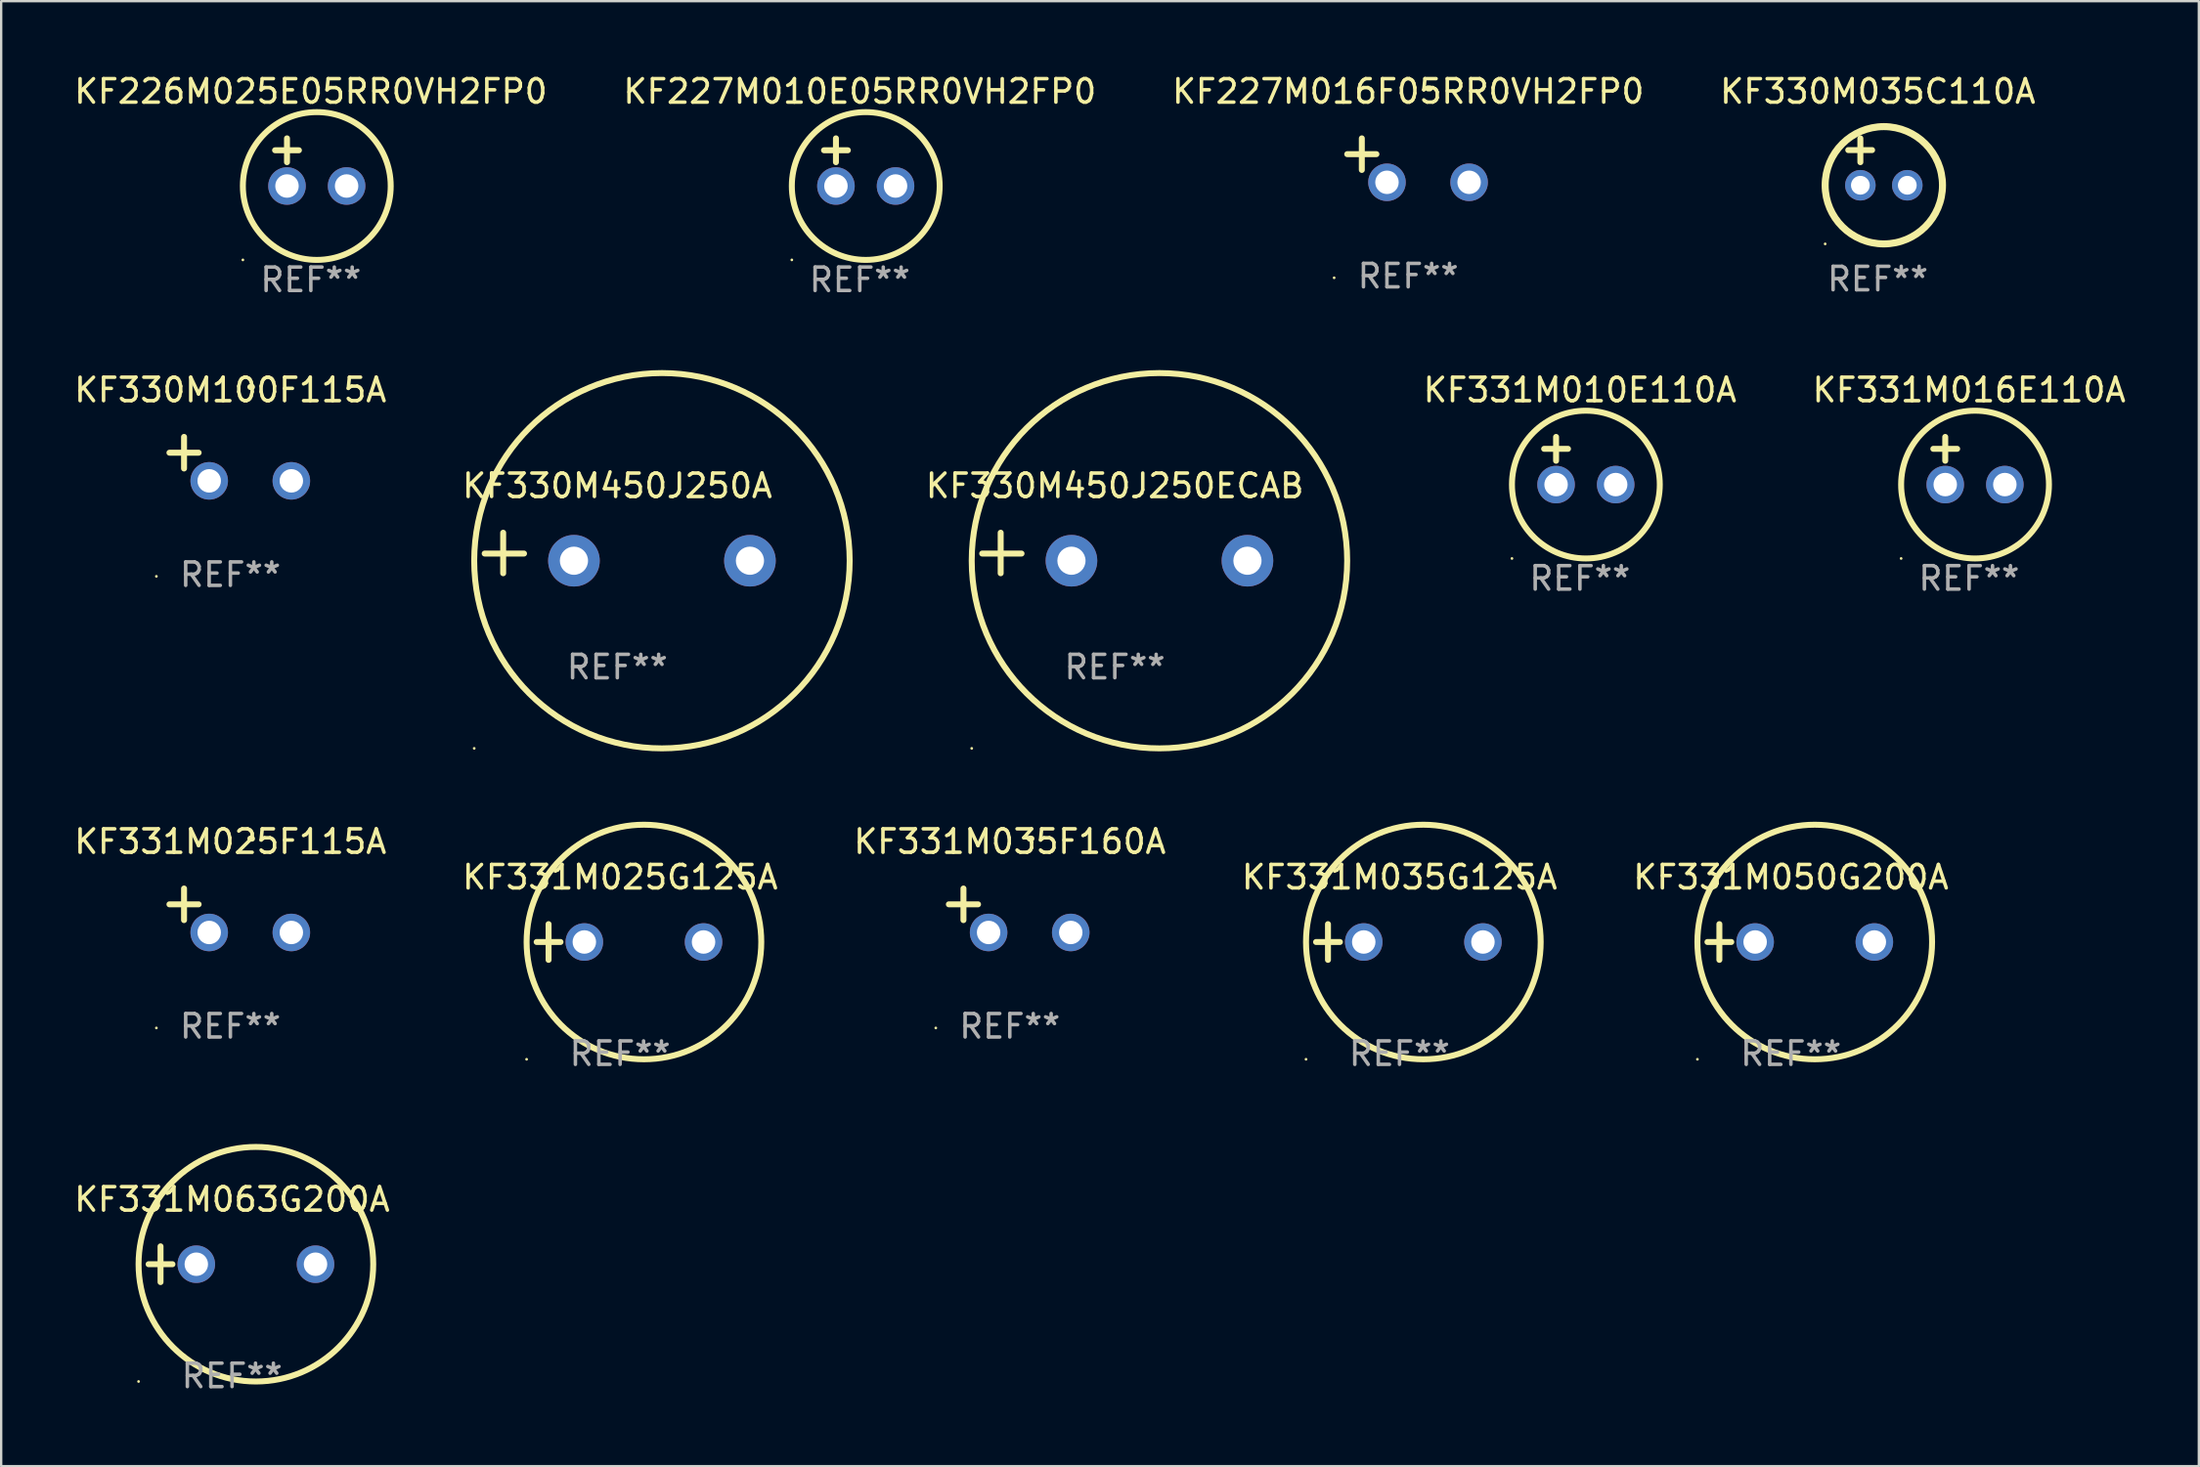
<source format=kicad_pcb>
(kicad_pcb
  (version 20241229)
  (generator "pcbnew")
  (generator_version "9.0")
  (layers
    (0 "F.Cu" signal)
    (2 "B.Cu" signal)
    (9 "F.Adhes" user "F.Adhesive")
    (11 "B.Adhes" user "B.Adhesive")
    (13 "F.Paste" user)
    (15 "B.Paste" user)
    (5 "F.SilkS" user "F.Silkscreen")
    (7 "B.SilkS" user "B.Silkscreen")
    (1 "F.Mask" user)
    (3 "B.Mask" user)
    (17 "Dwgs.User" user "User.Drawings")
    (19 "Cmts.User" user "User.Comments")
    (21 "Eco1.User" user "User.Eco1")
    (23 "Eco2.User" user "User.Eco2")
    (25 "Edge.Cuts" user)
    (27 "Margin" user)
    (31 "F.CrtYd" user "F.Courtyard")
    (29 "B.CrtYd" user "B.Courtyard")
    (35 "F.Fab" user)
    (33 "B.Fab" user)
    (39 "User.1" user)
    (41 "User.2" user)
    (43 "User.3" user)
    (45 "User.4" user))
  (footprint "KF227M010E05RR0VH2FP0"
    (layer "F.Cu")
    (at 33.589 3.864)
    (property "Reference" "KF227M010E05RR0VH2FP0" (at 0 -3.016 0) (layer "F.SilkS") (effects (font (size 1 1) (thickness 0.15))))
    (attr through_hole)
    (fp_line (start -1.524 -0.508) (end -0.508 -0.508) (stroke (width 0.254) (type solid)) (layer "F.SilkS"))
    (fp_line (start -1.016 -1.016) (end -1.016 0) (stroke (width 0.254) (type solid)) (layer "F.SilkS"))
    (fp_circle (center -2.896 4.166) (end -2.866 4.166) (stroke (width 0.06) (type solid)) (fill no) (layer "F.SilkS"))
    (fp_circle (center 0.254 1.016) (end 3.404 1.016) (stroke (width 0.254) (type solid)) (fill no) (layer "F.SilkS"))
    (fp_text user "REF**" (at 0 5.016 0) (layer "F.Fab") (effects (font (size 1 1) (thickness 0.15))))
    (pad "1" thru_hole circle (at -1.016 1.016) (size 1.6 1.6) (drill 1) (layers "*.Cu" "*.Mask"))
    (pad "2" thru_hole circle (at 1.524 1.016) (size 1.6 1.6) (drill 1) (layers "*.Cu" "*.Mask")))
  (footprint "KF226M025E05RR0VH2FP0"
    (layer "F.Cu")
    (at 10.196 3.864)
    (property "Reference" "KF226M025E05RR0VH2FP0" (at 0 -3.016 0) (layer "F.SilkS") (effects (font (size 1 1) (thickness 0.15))))
    (attr through_hole)
    (fp_line (start -1.524 -0.508) (end -0.508 -0.508) (stroke (width 0.254) (type solid)) (layer "F.SilkS"))
    (fp_line (start -1.016 -1.016) (end -1.016 0) (stroke (width 0.254) (type solid)) (layer "F.SilkS"))
    (fp_circle (center -2.896 4.166) (end -2.866 4.166) (stroke (width 0.06) (type solid)) (fill no) (layer "F.SilkS"))
    (fp_circle (center 0.254 1.016) (end 3.404 1.016) (stroke (width 0.254) (type solid)) (fill no) (layer "F.SilkS"))
    (fp_text user "REF**" (at 0 5.016 0) (layer "F.Fab") (effects (font (size 1 1) (thickness 0.15))))
    (pad "1" thru_hole circle (at -1.016 1.016) (size 1.6 1.6) (drill 1) (layers "*.Cu" "*.Mask"))
    (pad "2" thru_hole circle (at 1.524 1.016) (size 1.6 1.6) (drill 1) (layers "*.Cu" "*.Mask")))
  (footprint "KF330M450J250A"
    (layer "F.Cu")
    (at 23.256 20.525)
    (property "Reference" "KF330M450J250A" (at 0 -2.864 0) (layer "F.SilkS") (effects (font (size 1 1) (thickness 0.15))))
    (attr through_hole)
    (fp_line (start -4.864 0.864) (end -4.864 -0.864) (stroke (width 0.254) (type solid)) (layer "F.SilkS"))
    (fp_line (start -3.975 0.025) (end -5.652 0.025) (stroke (width 0.254) (type solid)) (layer "F.SilkS"))
    (fp_circle (center -6.098 8.33) (end -6.068 8.33) (stroke (width 0.06) (type solid)) (fill no) (layer "F.SilkS"))
    (fp_circle (center 1.902 0.33) (end 9.902 0.33) (stroke (width 0.254) (type solid)) (fill no) (layer "F.SilkS"))
    (fp_text user "REF**" (at 0 4.864 0) (layer "F.Fab") (effects (font (size 1 1) (thickness 0.15))))
    (pad "1" thru_hole circle (at -1.848 0.33) (size 2.2 2.2) (drill 1.2) (layers "*.Cu" "*.Mask"))
    (pad "2" thru_hole circle (at 5.652 0.33) (size 2.2 2.2) (drill 1.2) (layers "*.Cu" "*.Mask")))
  (footprint "KF331M025F115A"
    (layer "F.Cu")
    (at 6.768 35.767)
    (property "Reference" "KF331M025F115A" (at 0 -2.937 0) (layer "F.SilkS") (effects (font (size 1 1) (thickness 0.15))))
    (attr through_hole)
    (fp_line (start -1.975 0.41) (end -1.975 -0.937) (stroke (width 0.254) (type solid)) (layer "F.SilkS"))
    (fp_line (start -1.353 -0.263) (end -2.597 -0.263) (stroke (width 0.254) (type solid)) (layer "F.SilkS"))
    (fp_arc (start 0.849809 -3.063957) (mid 0.885369 -3.064114) (end 0.920929 -3.063957) (stroke (width 0.254001) (type solid)) (layer "F.SilkS"))
    (fp_circle (center -3.154 5.008) (end -3.124 5.008) (stroke (width 0.06) (type solid)) (fill no) (layer "F.SilkS"))
    (fp_text user "REF**" (at 0 4.937 0) (layer "F.Fab") (effects (font (size 1 1) (thickness 0.15))))
    (pad "1" thru_hole circle (at -0.903 0.937) (size 1.6 1.6) (drill 1) (layers "*.Cu" "*.Mask"))
    (pad "2" thru_hole circle (at 2.597 0.937) (size 1.6 1.6) (drill 1) (layers "*.Cu" "*.Mask")))
  (footprint "KF331M016E110A"
    (layer "F.Cu")
    (at 80.861 16.593)
    (property "Reference" "KF331M016E110A" (at 0 -3.016 0) (layer "F.SilkS") (effects (font (size 1 1) (thickness 0.15))))
    (attr through_hole)
    (fp_line (start -1.524 -0.508) (end -0.508 -0.508) (stroke (width 0.254) (type solid)) (layer "F.SilkS"))
    (fp_line (start -1.016 -1.016) (end -1.016 0) (stroke (width 0.254) (type solid)) (layer "F.SilkS"))
    (fp_circle (center -2.896 4.166) (end -2.866 4.166) (stroke (width 0.06) (type solid)) (fill no) (layer "F.SilkS"))
    (fp_circle (center 0.254 1.016) (end 3.404 1.016) (stroke (width 0.254) (type solid)) (fill no) (layer "F.SilkS"))
    (fp_text user "REF**" (at 0 5.016 0) (layer "F.Fab") (effects (font (size 1 1) (thickness 0.15))))
    (pad "1" thru_hole circle (at -1.016 1.016) (size 1.6 1.6) (drill 1) (layers "*.Cu" "*.Mask"))
    (pad "2" thru_hole circle (at 1.524 1.016) (size 1.6 1.6) (drill 1) (layers "*.Cu" "*.Mask")))
  (footprint "KF331M025G125A"
    (layer "F.Cu")
    (at 23.375 37.11)
    (property "Reference" "KF331M025G125A" (at 0 -2.762 0) (layer "F.SilkS") (effects (font (size 1 1) (thickness 0.15))))
    (attr through_hole)
    (fp_line (start -3.556 0) (end -2.54 0) (stroke (width 0.254) (type solid)) (layer "F.SilkS"))
    (fp_line (start -3.048 -0.762) (end -3.048 0.762) (stroke (width 0.254) (type solid)) (layer "F.SilkS"))
    (fp_circle (center -3.984 5) (end -3.954 5) (stroke (width 0.06) (type solid)) (fill no) (layer "F.SilkS"))
    (fp_circle (center 1.016 0) (end 6.016 0) (stroke (width 0.254) (type solid)) (fill no) (layer "F.SilkS"))
    (fp_text user "REF**" (at 0 4.762 0) (layer "F.Fab") (effects (font (size 1 1) (thickness 0.15))))
    (pad "1" thru_hole circle (at -1.524 0) (size 1.6 1.6) (drill 1) (layers "*.Cu" "*.Mask"))
    (pad "2" thru_hole circle (at 3.556 0) (size 1.6 1.6) (drill 1) (layers "*.Cu" "*.Mask")))
  (footprint "KF331M010E110A"
    (layer "F.Cu")
    (at 64.277 16.593)
    (property "Reference" "KF331M010E110A" (at 0 -3.016 0) (layer "F.SilkS") (effects (font (size 1 1) (thickness 0.15))))
    (attr through_hole)
    (fp_line (start -1.524 -0.508) (end -0.508 -0.508) (stroke (width 0.254) (type solid)) (layer "F.SilkS"))
    (fp_line (start -1.016 -1.016) (end -1.016 0) (stroke (width 0.254) (type solid)) (layer "F.SilkS"))
    (fp_circle (center -2.896 4.166) (end -2.866 4.166) (stroke (width 0.06) (type solid)) (fill no) (layer "F.SilkS"))
    (fp_circle (center 0.254 1.016) (end 3.404 1.016) (stroke (width 0.254) (type solid)) (fill no) (layer "F.SilkS"))
    (fp_text user "REF**" (at 0 5.016 0) (layer "F.Fab") (effects (font (size 1 1) (thickness 0.15))))
    (pad "1" thru_hole circle (at -1.016 1.016) (size 1.6 1.6) (drill 1) (layers "*.Cu" "*.Mask"))
    (pad "2" thru_hole circle (at 1.524 1.016) (size 1.6 1.6) (drill 1) (layers "*.Cu" "*.Mask")))
  (footprint "KF331M035G125A"
    (layer "F.Cu")
    (at 56.589 37.11)
    (property "Reference" "KF331M035G125A" (at 0 -2.762 0) (layer "F.SilkS") (effects (font (size 1 1) (thickness 0.15))))
    (attr through_hole)
    (fp_line (start -3.556 0) (end -2.54 0) (stroke (width 0.254) (type solid)) (layer "F.SilkS"))
    (fp_line (start -3.048 -0.762) (end -3.048 0.762) (stroke (width 0.254) (type solid)) (layer "F.SilkS"))
    (fp_circle (center -3.984 5) (end -3.954 5) (stroke (width 0.06) (type solid)) (fill no) (layer "F.SilkS"))
    (fp_circle (center 1.016 0) (end 6.016 0) (stroke (width 0.254) (type solid)) (fill no) (layer "F.SilkS"))
    (fp_text user "REF**" (at 0 4.762 0) (layer "F.Fab") (effects (font (size 1 1) (thickness 0.15))))
    (pad "1" thru_hole circle (at -1.524 0) (size 1.6 1.6) (drill 1) (layers "*.Cu" "*.Mask"))
    (pad "2" thru_hole circle (at 3.556 0) (size 1.6 1.6) (drill 1) (layers "*.Cu" "*.Mask")))
  (footprint "KF331M050G200A"
    (layer "F.Cu")
    (at 73.268 37.11)
    (property "Reference" "KF331M050G200A" (at 0 -2.762 0) (layer "F.SilkS") (effects (font (size 1 1) (thickness 0.15))))
    (attr through_hole)
    (fp_line (start -3.556 0) (end -2.54 0) (stroke (width 0.254) (type solid)) (layer "F.SilkS"))
    (fp_line (start -3.048 -0.762) (end -3.048 0.762) (stroke (width 0.254) (type solid)) (layer "F.SilkS"))
    (fp_circle (center -3.984 5) (end -3.954 5) (stroke (width 0.06) (type solid)) (fill no) (layer "F.SilkS"))
    (fp_circle (center 1.016 0) (end 6.016 0) (stroke (width 0.254) (type solid)) (fill no) (layer "F.SilkS"))
    (fp_text user "REF**" (at 0 4.762 0) (layer "F.Fab") (effects (font (size 1 1) (thickness 0.15))))
    (pad "1" thru_hole circle (at -1.524 0) (size 1.6 1.6) (drill 1) (layers "*.Cu" "*.Mask"))
    (pad "2" thru_hole circle (at 3.556 0) (size 1.6 1.6) (drill 1) (layers "*.Cu" "*.Mask")))
  (footprint "KF330M450J250ECAB"
    (layer "F.Cu")
    (at 44.457 20.525)
    (property "Reference" "KF330M450J250ECAB" (at 0 -2.864 0) (layer "F.SilkS") (effects (font (size 1 1) (thickness 0.15))))
    (attr through_hole)
    (fp_line (start -4.864 0.864) (end -4.864 -0.864) (stroke (width 0.254) (type solid)) (layer "F.SilkS"))
    (fp_line (start -3.975 0.025) (end -5.652 0.025) (stroke (width 0.254) (type solid)) (layer "F.SilkS"))
    (fp_circle (center -6.098 8.33) (end -6.068 8.33) (stroke (width 0.06) (type solid)) (fill no) (layer "F.SilkS"))
    (fp_circle (center 1.902 0.33) (end 9.902 0.33) (stroke (width 0.254) (type solid)) (fill no) (layer "F.SilkS"))
    (fp_text user "REF**" (at 0 4.864 0) (layer "F.Fab") (effects (font (size 1 1) (thickness 0.15))))
    (pad "1" thru_hole circle (at -1.848 0.33) (size 2.2 2.2) (drill 1.2) (layers "*.Cu" "*.Mask"))
    (pad "2" thru_hole circle (at 5.652 0.33) (size 2.2 2.2) (drill 1.2) (layers "*.Cu" "*.Mask")))
  (footprint "KF331M063G200A"
    (layer "F.Cu")
    (at 6.839 50.847)
    (property "Reference" "KF331M063G200A" (at 0 -2.762 0) (layer "F.SilkS") (effects (font (size 1 1) (thickness 0.15))))
    (attr through_hole)
    (fp_line (start -3.556 0) (end -2.54 0) (stroke (width 0.254) (type solid)) (layer "F.SilkS"))
    (fp_line (start -3.048 -0.762) (end -3.048 0.762) (stroke (width 0.254) (type solid)) (layer "F.SilkS"))
    (fp_circle (center -3.984 5) (end -3.954 5) (stroke (width 0.06) (type solid)) (fill no) (layer "F.SilkS"))
    (fp_circle (center 1.016 0) (end 6.016 0) (stroke (width 0.254) (type solid)) (fill no) (layer "F.SilkS"))
    (fp_text user "REF**" (at 0 4.762 0) (layer "F.Fab") (effects (font (size 1 1) (thickness 0.15))))
    (pad "1" thru_hole circle (at -1.524 0) (size 1.6 1.6) (drill 1) (layers "*.Cu" "*.Mask"))
    (pad "2" thru_hole circle (at 3.556 0) (size 1.6 1.6) (drill 1) (layers "*.Cu" "*.Mask")))
  (footprint "KF330M100F115A"
    (layer "F.Cu")
    (at 6.768 16.513)
    (property "Reference" "KF330M100F115A" (at 0 -2.937 0) (layer "F.SilkS") (effects (font (size 1 1) (thickness 0.15))))
    (attr through_hole)
    (fp_line (start -1.975 0.41) (end -1.975 -0.937) (stroke (width 0.254) (type solid)) (layer "F.SilkS"))
    (fp_line (start -1.353 -0.263) (end -2.597 -0.263) (stroke (width 0.254) (type solid)) (layer "F.SilkS"))
    (fp_arc (start 0.849809 -3.063957) (mid 0.885369 -3.064114) (end 0.920929 -3.063957) (stroke (width 0.254001) (type solid)) (layer "F.SilkS"))
    (fp_circle (center -3.154 5.008) (end -3.124 5.008) (stroke (width 0.06) (type solid)) (fill no) (layer "F.SilkS"))
    (fp_text user "REF**" (at 0 4.937 0) (layer "F.Fab") (effects (font (size 1 1) (thickness 0.15))))
    (pad "1" thru_hole circle (at -0.903 0.937) (size 1.6 1.6) (drill 1) (layers "*.Cu" "*.Mask"))
    (pad "2" thru_hole circle (at 2.597 0.937) (size 1.6 1.6) (drill 1) (layers "*.Cu" "*.Mask")))
  (footprint "KF227M016F05RR0VH2FP0"
    (layer "F.Cu")
    (at 56.958 3.785)
    (property "Reference" "KF227M016F05RR0VH2FP0" (at 0 -2.937 0) (layer "F.SilkS") (effects (font (size 1 1) (thickness 0.15))))
    (attr through_hole)
    (fp_line (start -1.975 0.41) (end -1.975 -0.937) (stroke (width 0.254) (type solid)) (layer "F.SilkS"))
    (fp_line (start -1.353 -0.263) (end -2.597 -0.263) (stroke (width 0.254) (type solid)) (layer "F.SilkS"))
    (fp_arc (start 0.849809 -3.063957) (mid 0.885369 -3.064114) (end 0.920929 -3.063957) (stroke (width 0.254001) (type solid)) (layer "F.SilkS"))
    (fp_circle (center -3.154 5.008) (end -3.124 5.008) (stroke (width 0.06) (type solid)) (fill no) (layer "F.SilkS"))
    (fp_text user "REF**" (at 0 4.937 0) (layer "F.Fab") (effects (font (size 1 1) (thickness 0.15))))
    (pad "1" thru_hole circle (at -0.903 0.937) (size 1.6 1.6) (drill 1) (layers "*.Cu" "*.Mask"))
    (pad "2" thru_hole circle (at 2.597 0.937) (size 1.6 1.6) (drill 1) (layers "*.Cu" "*.Mask")))
  (footprint "KF330M035C110A"
    (layer "F.Cu")
    (at 76.97 3.848)
    (property "Reference" "KF330M035C110A" (at 0 -3 0) (layer "F.SilkS") (effects (font (size 1 1) (thickness 0.15))))
    (attr through_hole)
    (fp_line (start -1.258 -0.5) (end -0.242 -0.5) (stroke (width 0.254) (type solid)) (layer "F.SilkS"))
    (fp_line (start -0.742 -1) (end -0.742 0.016) (stroke (width 0.254) (type solid)) (layer "F.SilkS"))
    (fp_circle (center -2.242 3.5) (end -2.212 3.5) (stroke (width 0.06) (type solid)) (fill no) (layer "F.SilkS"))
    (fp_circle (center 0.258 1) (end 2.758 1) (stroke (width 0.3) (type solid)) (fill no) (layer "F.SilkS"))
    (fp_text user "REF**" (at 0 5 0) (layer "F.Fab") (effects (font (size 1 1) (thickness 0.15))))
    (pad "1" thru_hole circle (at -0.742 1) (size 1.3 1.3) (drill 0.8) (layers "*.Cu" "*.Mask"))
    (pad "2" thru_hole circle (at 1.258 1) (size 1.3 1.3) (drill 0.8) (layers "*.Cu" "*.Mask")))
  (footprint "KF331M035F160A"
    (layer "F.Cu")
    (at 39.982 35.767)
    (property "Reference" "KF331M035F160A" (at 0 -2.937 0) (layer "F.SilkS") (effects (font (size 1 1) (thickness 0.15))))
    (attr through_hole)
    (fp_line (start -1.975 0.41) (end -1.975 -0.937) (stroke (width 0.254) (type solid)) (layer "F.SilkS"))
    (fp_line (start -1.353 -0.263) (end -2.597 -0.263) (stroke (width 0.254) (type solid)) (layer "F.SilkS"))
    (fp_arc (start 0.849809 -3.063957) (mid 0.885369 -3.064114) (end 0.920929 -3.063957) (stroke (width 0.254001) (type solid)) (layer "F.SilkS"))
    (fp_circle (center -3.154 5.008) (end -3.124 5.008) (stroke (width 0.06) (type solid)) (fill no) (layer "F.SilkS"))
    (fp_text user "REF**" (at 0 4.937 0) (layer "F.Fab") (effects (font (size 1 1) (thickness 0.15))))
    (pad "1" thru_hole circle (at -0.903 0.937) (size 1.6 1.6) (drill 1) (layers "*.Cu" "*.Mask"))
    (pad "2" thru_hole circle (at 2.597 0.937) (size 1.6 1.6) (drill 1) (layers "*.Cu" "*.Mask")))
  (gr_rect
    (start -3 -3)
    (end 90.652 59.457)
    (stroke (width 0.1) (type default))
    (fill no)
    (layer "Edge.Cuts")))
</source>
